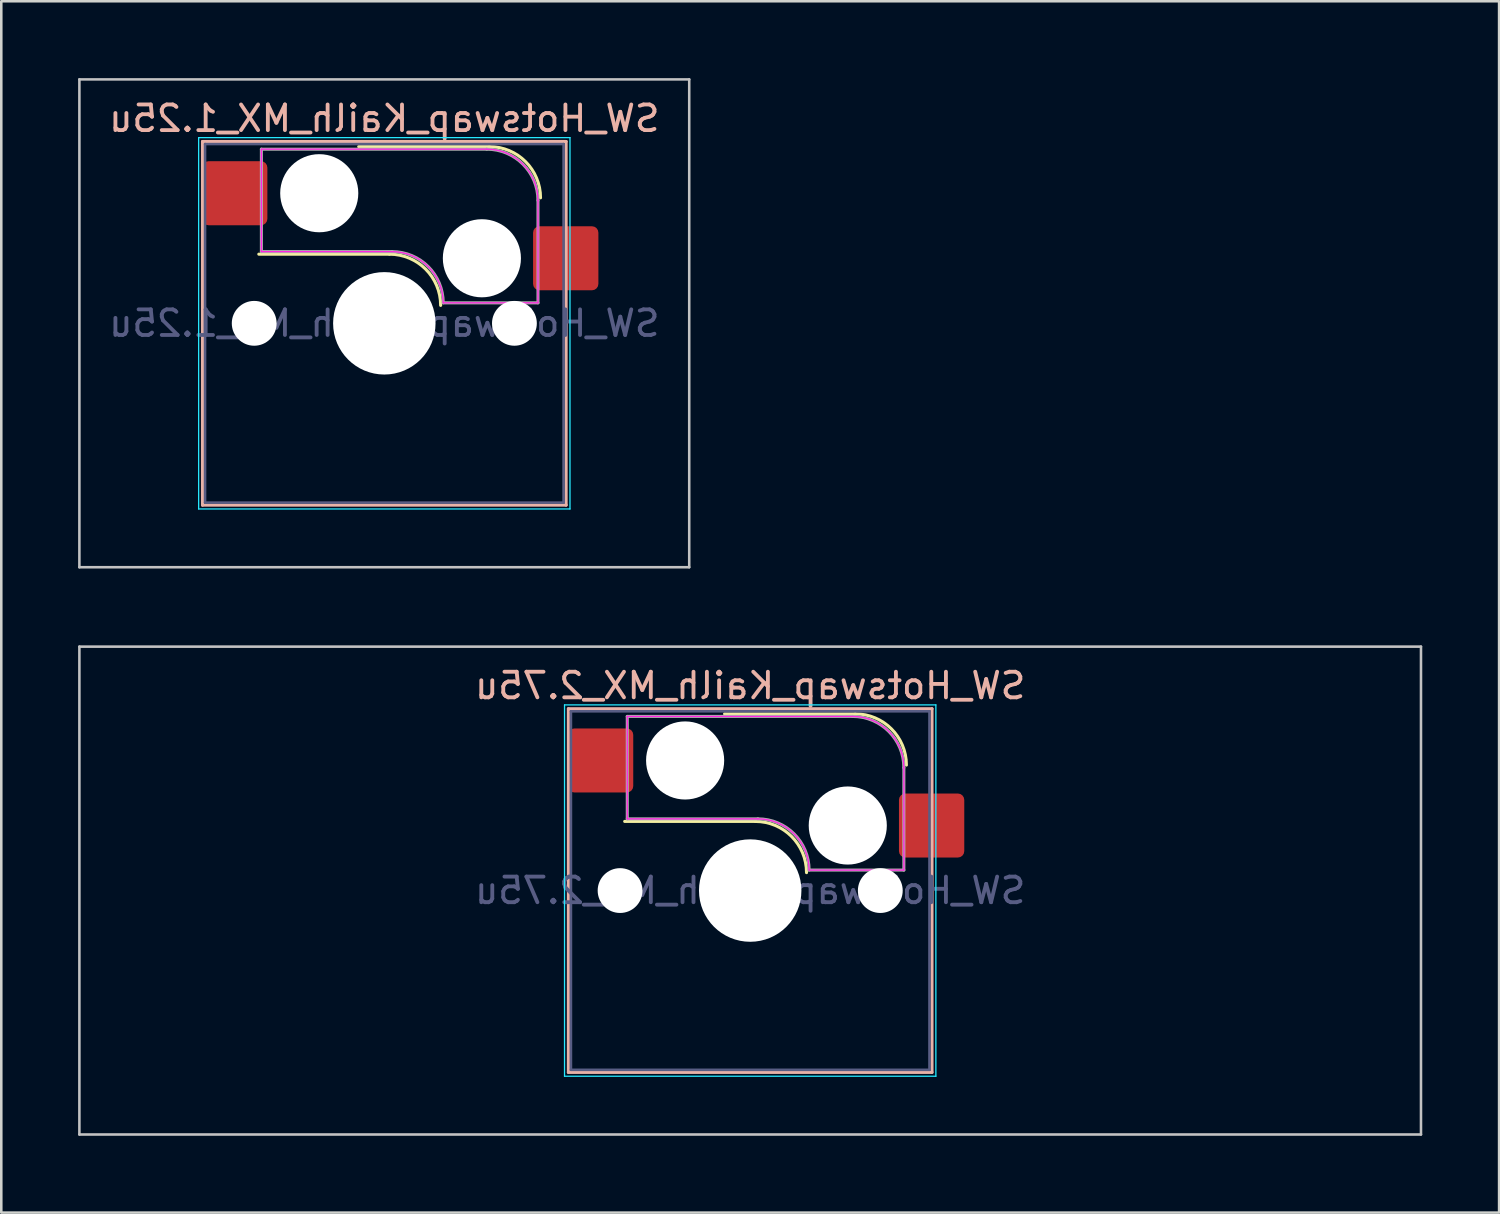
<source format=kicad_pcb>
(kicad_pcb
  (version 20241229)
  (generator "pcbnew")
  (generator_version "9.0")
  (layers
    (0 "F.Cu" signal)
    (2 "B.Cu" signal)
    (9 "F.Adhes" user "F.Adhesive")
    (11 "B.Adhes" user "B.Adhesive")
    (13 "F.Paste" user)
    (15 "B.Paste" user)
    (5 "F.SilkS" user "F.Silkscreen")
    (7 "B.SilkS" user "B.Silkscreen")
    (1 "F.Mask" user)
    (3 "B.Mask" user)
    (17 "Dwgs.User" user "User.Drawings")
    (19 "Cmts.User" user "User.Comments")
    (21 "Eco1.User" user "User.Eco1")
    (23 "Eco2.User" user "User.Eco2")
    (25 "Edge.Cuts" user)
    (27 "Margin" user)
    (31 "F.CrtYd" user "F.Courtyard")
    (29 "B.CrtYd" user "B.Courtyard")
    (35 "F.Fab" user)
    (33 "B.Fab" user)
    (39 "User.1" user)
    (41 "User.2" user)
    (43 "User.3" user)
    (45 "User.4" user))
  (footprint "SW_Hotswap_Kailh_MX_1.25u"
    (layer "F.Cu")
    (at 12.519 4.8)
    (property "Reference" "SW_Hotswap_Kailh_MX_1.25u" (at -0.562 -3.225 0) (layer "B.SilkS") (effects (font (size 1 1) (thickness 0.15)) (justify mirror)))
    (attr smd)
    (fp_line (start -0.362 2.075) (end -5.463 2.075) (stroke (width 0.12) (type solid)) (layer "F.SilkS"))
    (fp_line (start 3.538 -2.125) (end -1.562 -2.125) (stroke (width 0.12) (type solid)) (layer "F.SilkS"))
    (fp_arc (start -0.3625 2.075) (mid 1.051714 2.660786) (end 1.6375 4.075) (stroke (width 0.12) (type solid)) (layer "F.SilkS"))
    (fp_arc (start 3.5375 -2.125) (mid 4.951714 -1.539214) (end 5.5375 -0.125) (stroke (width 0.12) (type solid)) (layer "F.SilkS"))
    (fp_line (start -7.662 -2.325) (end 6.537 -2.325) (stroke (width 0.12) (type solid)) (layer "B.SilkS"))
    (fp_line (start -7.662 11.875) (end -7.662 -2.325) (stroke (width 0.12) (type solid)) (layer "B.SilkS"))
    (fp_line (start 6.537 -2.325) (end 6.537 11.875) (stroke (width 0.12) (type solid)) (layer "B.SilkS"))
    (fp_line (start 6.537 11.875) (end -7.662 11.875) (stroke (width 0.12) (type solid)) (layer "B.SilkS"))
    (fp_line (start -12.469 -4.75) (end 11.344 -4.75) (stroke (width 0.1) (type solid)) (layer "Dwgs.User"))
    (fp_line (start -12.469 14.3) (end -12.469 -4.75) (stroke (width 0.1) (type solid)) (layer "Dwgs.User"))
    (fp_line (start 11.344 -4.75) (end 11.344 14.3) (stroke (width 0.1) (type solid)) (layer "Dwgs.User"))
    (fp_line (start 11.344 14.3) (end -12.469 14.3) (stroke (width 0.1) (type solid)) (layer "Dwgs.User"))
    (fp_line (start -8.363 -1.225) (end -8.363 1.875) (stroke (width 0.1) (type solid)) (layer "Eco1.User"))
    (fp_line (start -8.363 1.875) (end -7.562 1.875) (stroke (width 0.1) (type solid)) (layer "Eco1.User"))
    (fp_line (start -8.363 7.675) (end -8.363 10.775) (stroke (width 0.1) (type solid)) (layer "Eco1.User"))
    (fp_line (start -8.363 10.775) (end -7.562 10.775) (stroke (width 0.1) (type solid)) (layer "Eco1.User"))
    (fp_line (start -7.562 -2.225) (end -7.562 -1.225) (stroke (width 0.1) (type solid)) (layer "Eco1.User"))
    (fp_line (start -7.562 -1.225) (end -8.363 -1.225) (stroke (width 0.1) (type solid)) (layer "Eco1.User"))
    (fp_line (start -7.562 1.875) (end -7.562 7.675) (stroke (width 0.1) (type solid)) (layer "Eco1.User"))
    (fp_line (start -7.562 7.675) (end -8.363 7.675) (stroke (width 0.1) (type solid)) (layer "Eco1.User"))
    (fp_line (start -7.562 10.775) (end -7.562 11.775) (stroke (width 0.1) (type solid)) (layer "Eco1.User"))
    (fp_line (start -7.562 11.775) (end 6.438 11.775) (stroke (width 0.1) (type solid)) (layer "Eco1.User"))
    (fp_line (start 6.438 -2.225) (end -7.562 -2.225) (stroke (width 0.1) (type solid)) (layer "Eco1.User"))
    (fp_line (start 6.438 -1.225) (end 6.438 -2.225) (stroke (width 0.1) (type solid)) (layer "Eco1.User"))
    (fp_line (start 6.438 1.875) (end 7.237 1.875) (stroke (width 0.1) (type solid)) (layer "Eco1.User"))
    (fp_line (start 6.438 7.675) (end 6.438 1.875) (stroke (width 0.1) (type solid)) (layer "Eco1.User"))
    (fp_line (start 6.438 10.775) (end 7.237 10.775) (stroke (width 0.1) (type solid)) (layer "Eco1.User"))
    (fp_line (start 6.438 11.775) (end 6.438 10.775) (stroke (width 0.1) (type solid)) (layer "Eco1.User"))
    (fp_line (start 7.237 -1.225) (end 6.438 -1.225) (stroke (width 0.1) (type solid)) (layer "Eco1.User"))
    (fp_line (start 7.237 1.875) (end 7.237 -1.225) (stroke (width 0.1) (type solid)) (layer "Eco1.User"))
    (fp_line (start 7.237 7.675) (end 6.438 7.675) (stroke (width 0.1) (type solid)) (layer "Eco1.User"))
    (fp_line (start 7.237 10.775) (end 7.237 7.675) (stroke (width 0.1) (type solid)) (layer "Eco1.User"))
    (fp_line (start -7.812 -2.475) (end 6.688 -2.475) (stroke (width 0.05) (type solid)) (layer "B.CrtYd"))
    (fp_line (start -7.812 12.025) (end -7.812 -2.475) (stroke (width 0.05) (type solid)) (layer "B.CrtYd"))
    (fp_line (start 6.688 -2.475) (end 6.688 12.025) (stroke (width 0.05) (type solid)) (layer "B.CrtYd"))
    (fp_line (start 6.688 12.025) (end -7.812 12.025) (stroke (width 0.05) (type solid)) (layer "B.CrtYd"))
    (fp_line (start -5.362 -2.025) (end -5.362 1.975) (stroke (width 0.05) (type solid)) (layer "F.CrtYd"))
    (fp_line (start -0.263 1.975) (end -5.362 1.975) (stroke (width 0.05) (type solid)) (layer "F.CrtYd"))
    (fp_line (start 3.438 -2.025) (end -5.362 -2.025) (stroke (width 0.05) (type solid)) (layer "F.CrtYd"))
    (fp_line (start 5.438 3.975) (end 1.738 3.975) (stroke (width 0.05) (type solid)) (layer "F.CrtYd"))
    (fp_line (start 5.438 3.975) (end 5.438 -0.025) (stroke (width 0.05) (type solid)) (layer "F.CrtYd"))
    (fp_arc (start -0.2625 1.975) (mid 1.151714 2.560786) (end 1.7375 3.975) (stroke (width 0.05) (type solid)) (layer "F.CrtYd"))
    (fp_arc (start 3.4375 -2.025) (mid 4.851714 -1.439214) (end 5.4375 -0.025) (stroke (width 0.05) (type solid)) (layer "F.CrtYd"))
    (fp_line (start -7.562 -2.225) (end 6.438 -2.225) (stroke (width 0.1) (type solid)) (layer "B.Fab"))
    (fp_line (start -7.562 11.775) (end -7.562 -2.225) (stroke (width 0.1) (type solid)) (layer "B.Fab"))
    (fp_line (start 6.438 -2.225) (end 6.438 11.775) (stroke (width 0.1) (type solid)) (layer "B.Fab"))
    (fp_line (start 6.438 11.775) (end -7.562 11.775) (stroke (width 0.1) (type solid)) (layer "B.Fab"))
    (fp_line (start -5.362 -2.025) (end -5.362 1.975) (stroke (width 0.12) (type solid)) (layer "F.Fab"))
    (fp_line (start -0.263 1.975) (end -5.362 1.975) (stroke (width 0.12) (type solid)) (layer "F.Fab"))
    (fp_line (start 3.438 -2.025) (end -5.362 -2.025) (stroke (width 0.12) (type solid)) (layer "F.Fab"))
    (fp_line (start 5.438 3.975) (end 1.738 3.975) (stroke (width 0.12) (type solid)) (layer "F.Fab"))
    (fp_line (start 5.438 3.975) (end 5.438 -0.025) (stroke (width 0.12) (type solid)) (layer "F.Fab"))
    (fp_arc (start -0.2625 1.975) (mid 1.151714 2.560786) (end 1.7375 3.975) (stroke (width 0.12) (type solid)) (layer "F.Fab"))
    (fp_arc (start 3.4375 -2.025) (mid 4.851714 -1.439214) (end 5.4375 -0.025) (stroke (width 0.12) (type solid)) (layer "F.Fab"))
    (fp_text user "${REFERENCE}" (at -0.562 4.775 0) (layer "B.Fab") (effects (font (size 1 1) (thickness 0.15)) (justify mirror)))
    (pad "" np_thru_hole circle (at -5.643 4.775) (size 1.75 1.75) (drill 1.75) (layers "*.Cu" "*.Mask"))
    (pad "" np_thru_hole circle (at -3.103 -0.305) (size 3.05 3.05) (drill 3.05) (layers "*.Cu" "*.Mask"))
    (pad "" np_thru_hole circle (at -0.562 4.775) (size 4 4) (drill 4) (layers "*.Cu" "*.Mask"))
    (pad "" np_thru_hole circle (at 3.248 2.235) (size 3.05 3.05) (drill 3.05) (layers "*.Cu" "*.Mask"))
    (pad "" np_thru_hole circle (at 4.518 4.775) (size 1.75 1.75) (drill 1.75) (layers "*.Cu" "*.Mask"))
    (pad "1" smd roundrect (at 6.522 2.235) (size 2.55 2.5) (layers "F.Cu" "F.Mask" "F.Paste") (roundrect_rratio 0.1))
    (pad "2" smd roundrect (at -6.404 -0.305) (size 2.55 2.5) (layers "F.Cu" "F.Mask" "F.Paste") (roundrect_rratio 0.1)))
  (footprint "SW_Hotswap_Kailh_MX_2.75u"
    (layer "F.Cu")
    (at 26.806 26.95)
    (property "Reference" "SW_Hotswap_Kailh_MX_2.75u" (at -0.562 -3.225 0) (layer "B.SilkS") (effects (font (size 1 1) (thickness 0.15)) (justify mirror)))
    (attr smd)
    (fp_line (start -0.362 2.075) (end -5.463 2.075) (stroke (width 0.12) (type solid)) (layer "F.SilkS"))
    (fp_line (start 3.538 -2.125) (end -1.562 -2.125) (stroke (width 0.12) (type solid)) (layer "F.SilkS"))
    (fp_arc (start -0.3625 2.075) (mid 1.051714 2.660786) (end 1.6375 4.075) (stroke (width 0.12) (type solid)) (layer "F.SilkS"))
    (fp_arc (start 3.5375 -2.125) (mid 4.951714 -1.539214) (end 5.5375 -0.125) (stroke (width 0.12) (type solid)) (layer "F.SilkS"))
    (fp_line (start -7.662 -2.325) (end 6.537 -2.325) (stroke (width 0.12) (type solid)) (layer "B.SilkS"))
    (fp_line (start -7.662 11.875) (end -7.662 -2.325) (stroke (width 0.12) (type solid)) (layer "B.SilkS"))
    (fp_line (start 6.537 -2.325) (end 6.537 11.875) (stroke (width 0.12) (type solid)) (layer "B.SilkS"))
    (fp_line (start 6.537 11.875) (end -7.662 11.875) (stroke (width 0.12) (type solid)) (layer "B.SilkS"))
    (fp_line (start -26.756 -4.75) (end 25.631 -4.75) (stroke (width 0.1) (type solid)) (layer "Dwgs.User"))
    (fp_line (start -26.756 14.3) (end -26.756 -4.75) (stroke (width 0.1) (type solid)) (layer "Dwgs.User"))
    (fp_line (start 25.631 -4.75) (end 25.631 14.3) (stroke (width 0.1) (type solid)) (layer "Dwgs.User"))
    (fp_line (start 25.631 14.3) (end -26.756 14.3) (stroke (width 0.1) (type solid)) (layer "Dwgs.User"))
    (fp_line (start -8.363 -1.225) (end -8.363 1.875) (stroke (width 0.1) (type solid)) (layer "Eco1.User"))
    (fp_line (start -8.363 1.875) (end -7.562 1.875) (stroke (width 0.1) (type solid)) (layer "Eco1.User"))
    (fp_line (start -8.363 7.675) (end -8.363 10.775) (stroke (width 0.1) (type solid)) (layer "Eco1.User"))
    (fp_line (start -8.363 10.775) (end -7.562 10.775) (stroke (width 0.1) (type solid)) (layer "Eco1.User"))
    (fp_line (start -7.562 -2.225) (end -7.562 -1.225) (stroke (width 0.1) (type solid)) (layer "Eco1.User"))
    (fp_line (start -7.562 -1.225) (end -8.363 -1.225) (stroke (width 0.1) (type solid)) (layer "Eco1.User"))
    (fp_line (start -7.562 1.875) (end -7.562 7.675) (stroke (width 0.1) (type solid)) (layer "Eco1.User"))
    (fp_line (start -7.562 7.675) (end -8.363 7.675) (stroke (width 0.1) (type solid)) (layer "Eco1.User"))
    (fp_line (start -7.562 10.775) (end -7.562 11.775) (stroke (width 0.1) (type solid)) (layer "Eco1.User"))
    (fp_line (start -7.562 11.775) (end 6.438 11.775) (stroke (width 0.1) (type solid)) (layer "Eco1.User"))
    (fp_line (start 6.438 -2.225) (end -7.562 -2.225) (stroke (width 0.1) (type solid)) (layer "Eco1.User"))
    (fp_line (start 6.438 -1.225) (end 6.438 -2.225) (stroke (width 0.1) (type solid)) (layer "Eco1.User"))
    (fp_line (start 6.438 1.875) (end 7.237 1.875) (stroke (width 0.1) (type solid)) (layer "Eco1.User"))
    (fp_line (start 6.438 7.675) (end 6.438 1.875) (stroke (width 0.1) (type solid)) (layer "Eco1.User"))
    (fp_line (start 6.438 10.775) (end 7.237 10.775) (stroke (width 0.1) (type solid)) (layer "Eco1.User"))
    (fp_line (start 6.438 11.775) (end 6.438 10.775) (stroke (width 0.1) (type solid)) (layer "Eco1.User"))
    (fp_line (start 7.237 -1.225) (end 6.438 -1.225) (stroke (width 0.1) (type solid)) (layer "Eco1.User"))
    (fp_line (start 7.237 1.875) (end 7.237 -1.225) (stroke (width 0.1) (type solid)) (layer "Eco1.User"))
    (fp_line (start 7.237 7.675) (end 6.438 7.675) (stroke (width 0.1) (type solid)) (layer "Eco1.User"))
    (fp_line (start 7.237 10.775) (end 7.237 7.675) (stroke (width 0.1) (type solid)) (layer "Eco1.User"))
    (fp_line (start -7.812 -2.475) (end 6.688 -2.475) (stroke (width 0.05) (type solid)) (layer "B.CrtYd"))
    (fp_line (start -7.812 12.025) (end -7.812 -2.475) (stroke (width 0.05) (type solid)) (layer "B.CrtYd"))
    (fp_line (start 6.688 -2.475) (end 6.688 12.025) (stroke (width 0.05) (type solid)) (layer "B.CrtYd"))
    (fp_line (start 6.688 12.025) (end -7.812 12.025) (stroke (width 0.05) (type solid)) (layer "B.CrtYd"))
    (fp_line (start -5.362 -2.025) (end -5.362 1.975) (stroke (width 0.05) (type solid)) (layer "F.CrtYd"))
    (fp_line (start -0.263 1.975) (end -5.362 1.975) (stroke (width 0.05) (type solid)) (layer "F.CrtYd"))
    (fp_line (start 3.438 -2.025) (end -5.362 -2.025) (stroke (width 0.05) (type solid)) (layer "F.CrtYd"))
    (fp_line (start 5.438 3.975) (end 1.738 3.975) (stroke (width 0.05) (type solid)) (layer "F.CrtYd"))
    (fp_line (start 5.438 3.975) (end 5.438 -0.025) (stroke (width 0.05) (type solid)) (layer "F.CrtYd"))
    (fp_arc (start -0.2625 1.975) (mid 1.151714 2.560786) (end 1.7375 3.975) (stroke (width 0.05) (type solid)) (layer "F.CrtYd"))
    (fp_arc (start 3.4375 -2.025) (mid 4.851714 -1.439214) (end 5.4375 -0.025) (stroke (width 0.05) (type solid)) (layer "F.CrtYd"))
    (fp_line (start -7.562 -2.225) (end 6.438 -2.225) (stroke (width 0.1) (type solid)) (layer "B.Fab"))
    (fp_line (start -7.562 11.775) (end -7.562 -2.225) (stroke (width 0.1) (type solid)) (layer "B.Fab"))
    (fp_line (start 6.438 -2.225) (end 6.438 11.775) (stroke (width 0.1) (type solid)) (layer "B.Fab"))
    (fp_line (start 6.438 11.775) (end -7.562 11.775) (stroke (width 0.1) (type solid)) (layer "B.Fab"))
    (fp_line (start -5.362 -2.025) (end -5.362 1.975) (stroke (width 0.12) (type solid)) (layer "F.Fab"))
    (fp_line (start -0.263 1.975) (end -5.362 1.975) (stroke (width 0.12) (type solid)) (layer "F.Fab"))
    (fp_line (start 3.438 -2.025) (end -5.362 -2.025) (stroke (width 0.12) (type solid)) (layer "F.Fab"))
    (fp_line (start 5.438 3.975) (end 1.738 3.975) (stroke (width 0.12) (type solid)) (layer "F.Fab"))
    (fp_line (start 5.438 3.975) (end 5.438 -0.025) (stroke (width 0.12) (type solid)) (layer "F.Fab"))
    (fp_arc (start -0.2625 1.975) (mid 1.151714 2.560786) (end 1.7375 3.975) (stroke (width 0.12) (type solid)) (layer "F.Fab"))
    (fp_arc (start 3.4375 -2.025) (mid 4.851714 -1.439214) (end 5.4375 -0.025) (stroke (width 0.12) (type solid)) (layer "F.Fab"))
    (fp_text user "${REFERENCE}" (at -0.562 4.775 0) (layer "B.Fab") (effects (font (size 1 1) (thickness 0.15)) (justify mirror)))
    (pad "" np_thru_hole circle (at -5.643 4.775) (size 1.75 1.75) (drill 1.75) (layers "*.Cu" "*.Mask"))
    (pad "" np_thru_hole circle (at -3.103 -0.305) (size 3.05 3.05) (drill 3.05) (layers "*.Cu" "*.Mask"))
    (pad "" np_thru_hole circle (at -0.562 4.775) (size 4 4) (drill 4) (layers "*.Cu" "*.Mask"))
    (pad "" np_thru_hole circle (at 3.248 2.235) (size 3.05 3.05) (drill 3.05) (layers "*.Cu" "*.Mask"))
    (pad "" np_thru_hole circle (at 4.518 4.775) (size 1.75 1.75) (drill 1.75) (layers "*.Cu" "*.Mask"))
    (pad "1" smd roundrect (at 6.522 2.235) (size 2.55 2.5) (layers "F.Cu" "F.Mask" "F.Paste") (roundrect_rratio 0.1))
    (pad "2" smd roundrect (at -6.404 -0.305) (size 2.55 2.5) (layers "F.Cu" "F.Mask" "F.Paste") (roundrect_rratio 0.1)))
  (gr_rect
    (start -3 -3)
    (end 55.487 44.3)
    (stroke (width 0.1) (type default))
    (fill no)
    (layer "Edge.Cuts")))
</source>
